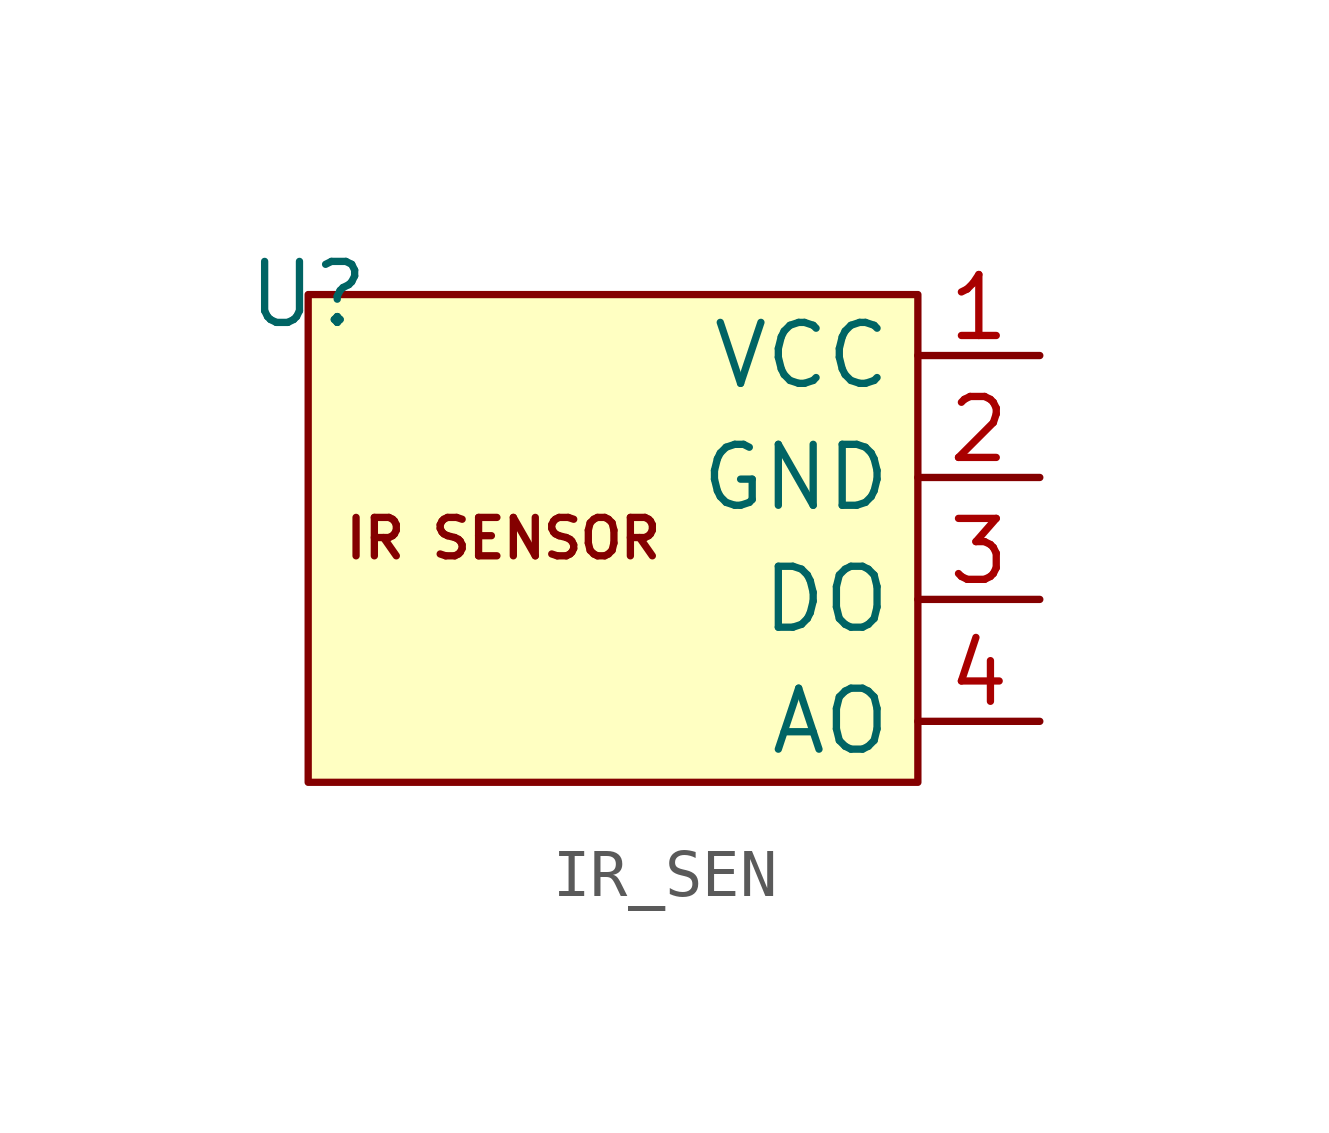
<source format=kicad_sym>
(kicad_symbol_lib
  (version 20241209)
  (generator "kicad_symbol_editor")
  (generator_version "9.0")
  (symbol "IR_SEN"
    (power)
    (property "Reference" "U"
      (at 0 0 0)
      (effects (font (size 1.27 1.27))))
    (property "Value" ""
      (at 0 0 0)
      (effects (font (size 1.27 1.27))))
    (symbol "IR_SEN_1_1"
      (rectangle (start 0 0) (end 12.7 -10.16) (stroke (width 0) (type solid)) (fill (type background)))
      (text "IR SENSOR\n" (at 4.064 -5.08 0) (effects (font (size 0.8 0.8))))
      (pin power_in line (at 15.24 -1.27 180) (length 2.54) (name "VCC" (effects (font (size 1.27 1.27)))) (number "1" (effects (font (size 1.27 1.27)))))
      (pin power_in line (at 15.24 -3.81 180) (length 2.54) (name "GND" (effects (font (size 1.27 1.27)))) (number "2" (effects (font (size 1.27 1.27)))))
      (pin output line (at 15.24 -6.35 180) (length 2.54) (name "DO" (effects (font (size 1.27 1.27)))) (number "3" (effects (font (size 1.27 1.27)))))
      (pin output line (at 15.24 -8.89 180) (length 2.54) (name "AO" (effects (font (size 1.27 1.27)))) (number "4" (effects (font (size 1.27 1.27))))))))
</source>
